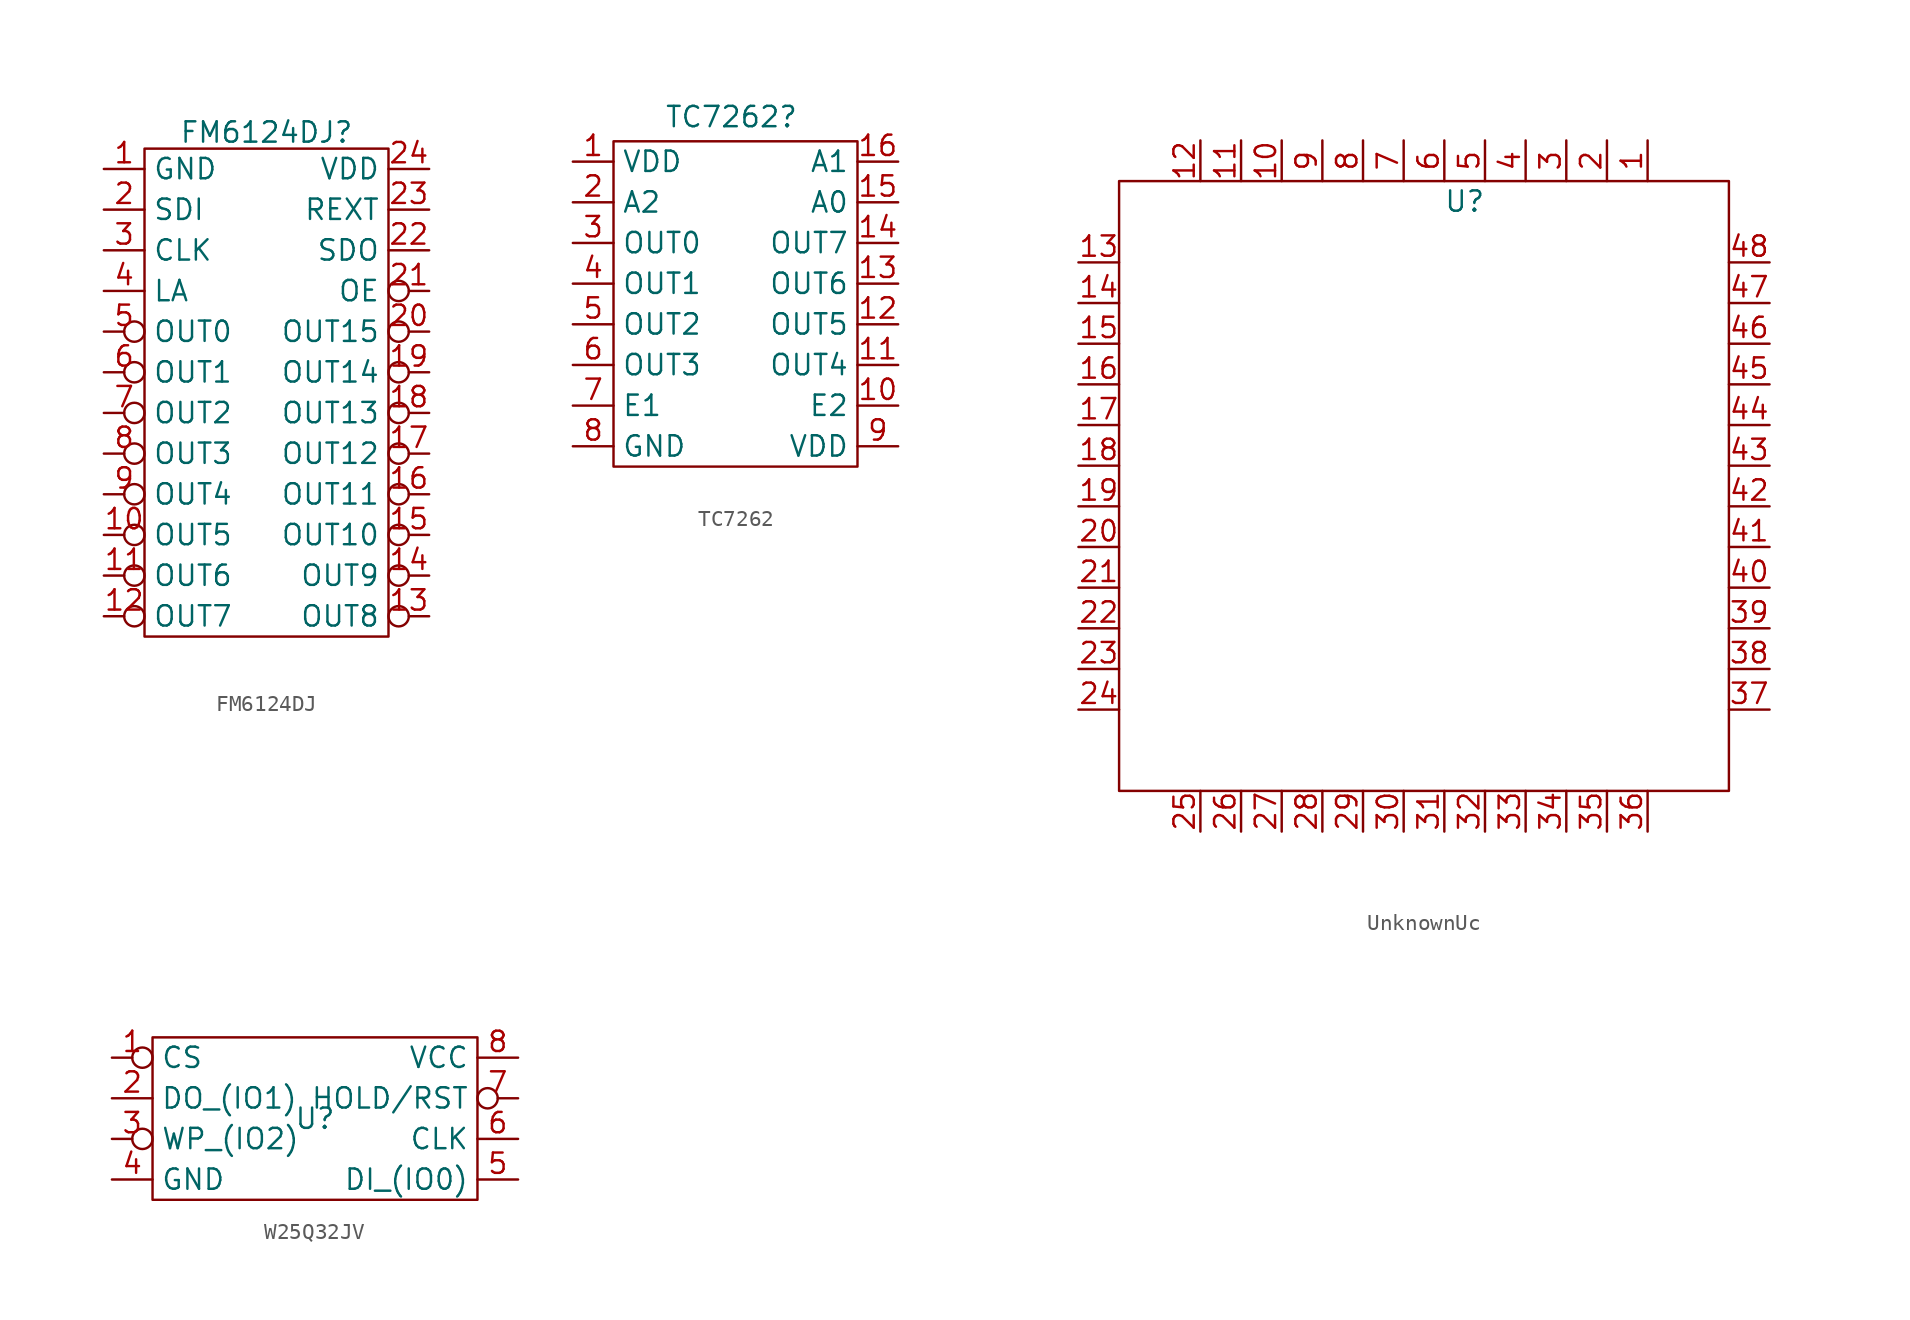
<source format=kicad_sym>
(kicad_symbol_lib
  (version 20241209)
  (generator "kicad_symbol_editor")
  (generator_version "9.0")
  (symbol "FM6124DJ"
    (property "Reference" "FM6124DJ"
      (at 0 16.256 0)
      (effects (font (size 1.27 1.27))))
    (property "Value" ""
      (at 0 0 0)
      (effects (font (size 1.27 1.27))))
    (symbol "FM6124DJ_0_1"
      (rectangle (start -7.62 15.24) (end 7.62 -15.24) (stroke (width 0) (type default)) (fill (type none))))
    (symbol "FM6124DJ_1_1"
      (pin input line (at -10.16 13.97 0) (length 2.54) (name "GND" (effects (font (size 1.27 1.27)))) (number "1" (effects (font (size 1.27 1.27)))))
      (pin input line (at -10.16 11.43 0) (length 2.54) (name "SDI" (effects (font (size 1.27 1.27)))) (number "2" (effects (font (size 1.27 1.27)))))
      (pin input line (at -10.16 8.89 0) (length 2.54) (name "CLK" (effects (font (size 1.27 1.27)))) (number "3" (effects (font (size 1.27 1.27)))))
      (pin input line (at -10.16 6.35 0) (length 2.54) (name "LA" (effects (font (size 1.27 1.27)))) (number "4" (effects (font (size 1.27 1.27)))))
      (pin input inverted (at -10.16 3.81 0) (length 2.54) (name "OUT0" (effects (font (size 1.27 1.27)))) (number "5" (effects (font (size 1.27 1.27)))))
      (pin input inverted (at -10.16 1.27 0) (length 2.54) (name "OUT1" (effects (font (size 1.27 1.27)))) (number "6" (effects (font (size 1.27 1.27)))))
      (pin input inverted (at -10.16 -1.27 0) (length 2.54) (name "OUT2" (effects (font (size 1.27 1.27)))) (number "7" (effects (font (size 1.27 1.27)))))
      (pin input inverted (at -10.16 -3.81 0) (length 2.54) (name "OUT3" (effects (font (size 1.27 1.27)))) (number "8" (effects (font (size 1.27 1.27)))))
      (pin input inverted (at -10.16 -6.35 0) (length 2.54) (name "OUT4" (effects (font (size 1.27 1.27)))) (number "9" (effects (font (size 1.27 1.27)))))
      (pin input inverted (at -10.16 -8.89 0) (length 2.54) (name "OUT5" (effects (font (size 1.27 1.27)))) (number "10" (effects (font (size 1.27 1.27)))))
      (pin input inverted (at -10.16 -11.43 0) (length 2.54) (name "OUT6" (effects (font (size 1.27 1.27)))) (number "11" (effects (font (size 1.27 1.27)))))
      (pin input inverted (at -10.16 -13.97 0) (length 2.54) (name "OUT7" (effects (font (size 1.27 1.27)))) (number "12" (effects (font (size 1.27 1.27)))))
      (pin input line (at 10.16 13.97 180) (length 2.54) (name "VDD" (effects (font (size 1.27 1.27)))) (number "24" (effects (font (size 1.27 1.27)))))
      (pin input line (at 10.16 11.43 180) (length 2.54) (name "REXT" (effects (font (size 1.27 1.27)))) (number "23" (effects (font (size 1.27 1.27)))))
      (pin input line (at 10.16 8.89 180) (length 2.54) (name "SDO" (effects (font (size 1.27 1.27)))) (number "22" (effects (font (size 1.27 1.27)))))
      (pin input inverted (at 10.16 6.35 180) (length 2.54) (name "OE" (effects (font (size 1.27 1.27)))) (number "21" (effects (font (size 1.27 1.27)))))
      (pin input inverted (at 10.16 3.81 180) (length 2.54) (name "OUT15" (effects (font (size 1.27 1.27)))) (number "20" (effects (font (size 1.27 1.27)))))
      (pin input inverted (at 10.16 1.27 180) (length 2.54) (name "OUT14" (effects (font (size 1.27 1.27)))) (number "19" (effects (font (size 1.27 1.27)))))
      (pin input inverted (at 10.16 -1.27 180) (length 2.54) (name "OUT13" (effects (font (size 1.27 1.27)))) (number "18" (effects (font (size 1.27 1.27)))))
      (pin input inverted (at 10.16 -3.81 180) (length 2.54) (name "OUT12" (effects (font (size 1.27 1.27)))) (number "17" (effects (font (size 1.27 1.27)))))
      (pin input inverted (at 10.16 -6.35 180) (length 2.54) (name "OUT11" (effects (font (size 1.27 1.27)))) (number "16" (effects (font (size 1.27 1.27)))))
      (pin input inverted (at 10.16 -8.89 180) (length 2.54) (name "OUT10" (effects (font (size 1.27 1.27)))) (number "15" (effects (font (size 1.27 1.27)))))
      (pin input inverted (at 10.16 -11.43 180) (length 2.54) (name "OUT9" (effects (font (size 1.27 1.27)))) (number "14" (effects (font (size 1.27 1.27)))))
      (pin input inverted (at 10.16 -13.97 180) (length 2.54) (name "OUT8" (effects (font (size 1.27 1.27)))) (number "13" (effects (font (size 1.27 1.27)))))))
  (symbol "TC7262"
    (property "Reference" "TC7262"
      (at -0.254 11.684 0)
      (effects (font (size 1.27 1.27))))
    (property "Value" ""
      (at 0 0 0)
      (effects (font (size 1.27 1.27))))
    (symbol "TC7262_0_1"
      (rectangle (start -7.62 10.16) (end 7.62 -10.16) (stroke (width 0) (type default)) (fill (type none))))
    (symbol "TC7262_1_1"
      (pin input line (at -10.16 8.89 0) (length 2.54) (name "VDD" (effects (font (size 1.27 1.27)))) (number "1" (effects (font (size 1.27 1.27)))))
      (pin input line (at -10.16 6.35 0) (length 2.54) (name "A2" (effects (font (size 1.27 1.27)))) (number "2" (effects (font (size 1.27 1.27)))))
      (pin input line (at -10.16 3.81 0) (length 2.54) (name "OUT0" (effects (font (size 1.27 1.27)))) (number "3" (effects (font (size 1.27 1.27)))))
      (pin input line (at -10.16 1.27 0) (length 2.54) (name "OUT1" (effects (font (size 1.27 1.27)))) (number "4" (effects (font (size 1.27 1.27)))))
      (pin input line (at -10.16 -1.27 0) (length 2.54) (name "OUT2" (effects (font (size 1.27 1.27)))) (number "5" (effects (font (size 1.27 1.27)))))
      (pin input line (at -10.16 -3.81 0) (length 2.54) (name "OUT3" (effects (font (size 1.27 1.27)))) (number "6" (effects (font (size 1.27 1.27)))))
      (pin input line (at -10.16 -6.35 0) (length 2.54) (name "E1" (effects (font (size 1.27 1.27)))) (number "7" (effects (font (size 1.27 1.27)))))
      (pin input line (at -10.16 -8.89 0) (length 2.54) (name "GND" (effects (font (size 1.27 1.27)))) (number "8" (effects (font (size 1.27 1.27)))))
      (pin input line (at 10.16 8.89 180) (length 2.54) (name "A1" (effects (font (size 1.27 1.27)))) (number "16" (effects (font (size 1.27 1.27)))))
      (pin input line (at 10.16 6.35 180) (length 2.54) (name "A0" (effects (font (size 1.27 1.27)))) (number "15" (effects (font (size 1.27 1.27)))))
      (pin input line (at 10.16 3.81 180) (length 2.54) (name "OUT7" (effects (font (size 1.27 1.27)))) (number "14" (effects (font (size 1.27 1.27)))))
      (pin input line (at 10.16 1.27 180) (length 2.54) (name "OUT6" (effects (font (size 1.27 1.27)))) (number "13" (effects (font (size 1.27 1.27)))))
      (pin input line (at 10.16 -1.27 180) (length 2.54) (name "OUT5" (effects (font (size 1.27 1.27)))) (number "12" (effects (font (size 1.27 1.27)))))
      (pin input line (at 10.16 -3.81 180) (length 2.54) (name "OUT4" (effects (font (size 1.27 1.27)))) (number "11" (effects (font (size 1.27 1.27)))))
      (pin input line (at 10.16 -6.35 180) (length 2.54) (name "E2" (effects (font (size 1.27 1.27)))) (number "10" (effects (font (size 1.27 1.27)))))
      (pin input line (at 10.16 -8.89 180) (length 2.54) (name "VDD" (effects (font (size 1.27 1.27)))) (number "9" (effects (font (size 1.27 1.27)))))))
  (symbol "UnknownUc"
    (property "Reference" "U"
      (at 2.54 17.78 0)
      (effects (font (size 1.27 1.27))))
    (property "Value" ""
      (at 0 0 0)
      (effects (font (size 1.27 1.27))))
    (symbol "UnknownUc_0_1"
      (rectangle (start -19.05 19.05) (end 19.05 -19.05) (stroke (width 0) (type default)) (fill (type none))))
    (symbol "UnknownUc_1_1"
      (pin input line (at -21.59 13.97 0) (length 2.54) (name "" (effects (font (size 1.27 1.27)))) (number "13" (effects (font (size 1.27 1.27)))))
      (pin input line (at -21.59 11.43 0) (length 2.54) (name "" (effects (font (size 1.27 1.27)))) (number "14" (effects (font (size 1.27 1.27)))))
      (pin input line (at -21.59 8.89 0) (length 2.54) (name "" (effects (font (size 1.27 1.27)))) (number "15" (effects (font (size 1.27 1.27)))))
      (pin input line (at -21.59 6.35 0) (length 2.54) (name "" (effects (font (size 1.27 1.27)))) (number "16" (effects (font (size 1.27 1.27)))))
      (pin input line (at -21.59 3.81 0) (length 2.54) (name "" (effects (font (size 1.27 1.27)))) (number "17" (effects (font (size 1.27 1.27)))))
      (pin input line (at -21.59 1.27 0) (length 2.54) (name "" (effects (font (size 1.27 1.27)))) (number "18" (effects (font (size 1.27 1.27)))))
      (pin input line (at -21.59 -1.27 0) (length 2.54) (name "" (effects (font (size 1.27 1.27)))) (number "19" (effects (font (size 1.27 1.27)))))
      (pin input line (at -21.59 -3.81 0) (length 2.54) (name "" (effects (font (size 1.27 1.27)))) (number "20" (effects (font (size 1.27 1.27)))))
      (pin input line (at -21.59 -6.35 0) (length 2.54) (name "" (effects (font (size 1.27 1.27)))) (number "21" (effects (font (size 1.27 1.27)))))
      (pin input line (at -21.59 -8.89 0) (length 2.54) (name "" (effects (font (size 1.27 1.27)))) (number "22" (effects (font (size 1.27 1.27)))))
      (pin input line (at -21.59 -11.43 0) (length 2.54) (name "" (effects (font (size 1.27 1.27)))) (number "23" (effects (font (size 1.27 1.27)))))
      (pin input line (at -21.59 -13.97 0) (length 2.54) (name "" (effects (font (size 1.27 1.27)))) (number "24" (effects (font (size 1.27 1.27)))))
      (pin input line (at -13.97 21.59 270) (length 2.54) (name "" (effects (font (size 1.27 1.27)))) (number "12" (effects (font (size 1.27 1.27)))))
      (pin input line (at -13.97 -21.59 90) (length 2.54) (name "" (effects (font (size 1.27 1.27)))) (number "25" (effects (font (size 1.27 1.27)))))
      (pin input line (at -11.43 21.59 270) (length 2.54) (name "" (effects (font (size 1.27 1.27)))) (number "11" (effects (font (size 1.27 1.27)))))
      (pin input line (at -11.43 -21.59 90) (length 2.54) (name "" (effects (font (size 1.27 1.27)))) (number "26" (effects (font (size 1.27 1.27)))))
      (pin input line (at -8.89 21.59 270) (length 2.54) (name "" (effects (font (size 1.27 1.27)))) (number "10" (effects (font (size 1.27 1.27)))))
      (pin input line (at -8.89 -21.59 90) (length 2.54) (name "" (effects (font (size 1.27 1.27)))) (number "27" (effects (font (size 1.27 1.27)))))
      (pin input line (at -6.35 21.59 270) (length 2.54) (name "" (effects (font (size 1.27 1.27)))) (number "9" (effects (font (size 1.27 1.27)))))
      (pin input line (at -6.35 -21.59 90) (length 2.54) (name "" (effects (font (size 1.27 1.27)))) (number "28" (effects (font (size 1.27 1.27)))))
      (pin input line (at -3.81 21.59 270) (length 2.54) (name "" (effects (font (size 1.27 1.27)))) (number "8" (effects (font (size 1.27 1.27)))))
      (pin input line (at -3.81 -21.59 90) (length 2.54) (name "" (effects (font (size 1.27 1.27)))) (number "29" (effects (font (size 1.27 1.27)))))
      (pin input line (at -1.27 21.59 270) (length 2.54) (name "" (effects (font (size 1.27 1.27)))) (number "7" (effects (font (size 1.27 1.27)))))
      (pin input line (at -1.27 -21.59 90) (length 2.54) (name "" (effects (font (size 1.27 1.27)))) (number "30" (effects (font (size 1.27 1.27)))))
      (pin input line (at 1.27 21.59 270) (length 2.54) (name "" (effects (font (size 1.27 1.27)))) (number "6" (effects (font (size 1.27 1.27)))))
      (pin input line (at 1.27 -21.59 90) (length 2.54) (name "" (effects (font (size 1.27 1.27)))) (number "31" (effects (font (size 1.27 1.27)))))
      (pin input line (at 3.81 21.59 270) (length 2.54) (name "" (effects (font (size 1.27 1.27)))) (number "5" (effects (font (size 1.27 1.27)))))
      (pin input line (at 3.81 -21.59 90) (length 2.54) (name "" (effects (font (size 1.27 1.27)))) (number "32" (effects (font (size 1.27 1.27)))))
      (pin input line (at 6.35 21.59 270) (length 2.54) (name "" (effects (font (size 1.27 1.27)))) (number "4" (effects (font (size 1.27 1.27)))))
      (pin input line (at 6.35 -21.59 90) (length 2.54) (name "" (effects (font (size 1.27 1.27)))) (number "33" (effects (font (size 1.27 1.27)))))
      (pin input line (at 8.89 21.59 270) (length 2.54) (name "" (effects (font (size 1.27 1.27)))) (number "3" (effects (font (size 1.27 1.27)))))
      (pin input line (at 8.89 -21.59 90) (length 2.54) (name "" (effects (font (size 1.27 1.27)))) (number "34" (effects (font (size 1.27 1.27)))))
      (pin input line (at 11.43 21.59 270) (length 2.54) (name "" (effects (font (size 1.27 1.27)))) (number "2" (effects (font (size 1.27 1.27)))))
      (pin input line (at 11.43 -21.59 90) (length 2.54) (name "" (effects (font (size 1.27 1.27)))) (number "35" (effects (font (size 1.27 1.27)))))
      (pin input line (at 13.97 21.59 270) (length 2.54) (name "" (effects (font (size 1.27 1.27)))) (number "1" (effects (font (size 1.27 1.27)))))
      (pin input line (at 13.97 -21.59 90) (length 2.54) (name "" (effects (font (size 1.27 1.27)))) (number "36" (effects (font (size 1.27 1.27)))))
      (pin input line (at 21.59 13.97 180) (length 2.54) (name "" (effects (font (size 1.27 1.27)))) (number "48" (effects (font (size 1.27 1.27)))))
      (pin input line (at 21.59 11.43 180) (length 2.54) (name "" (effects (font (size 1.27 1.27)))) (number "47" (effects (font (size 1.27 1.27)))))
      (pin input line (at 21.59 8.89 180) (length 2.54) (name "" (effects (font (size 1.27 1.27)))) (number "46" (effects (font (size 1.27 1.27)))))
      (pin input line (at 21.59 6.35 180) (length 2.54) (name "" (effects (font (size 1.27 1.27)))) (number "45" (effects (font (size 1.27 1.27)))))
      (pin input line (at 21.59 3.81 180) (length 2.54) (name "" (effects (font (size 1.27 1.27)))) (number "44" (effects (font (size 1.27 1.27)))))
      (pin input line (at 21.59 1.27 180) (length 2.54) (name "" (effects (font (size 1.27 1.27)))) (number "43" (effects (font (size 1.27 1.27)))))
      (pin input line (at 21.59 -1.27 180) (length 2.54) (name "" (effects (font (size 1.27 1.27)))) (number "42" (effects (font (size 1.27 1.27)))))
      (pin input line (at 21.59 -3.81 180) (length 2.54) (name "" (effects (font (size 1.27 1.27)))) (number "41" (effects (font (size 1.27 1.27)))))
      (pin input line (at 21.59 -6.35 180) (length 2.54) (name "" (effects (font (size 1.27 1.27)))) (number "40" (effects (font (size 1.27 1.27)))))
      (pin input line (at 21.59 -8.89 180) (length 2.54) (name "" (effects (font (size 1.27 1.27)))) (number "39" (effects (font (size 1.27 1.27)))))
      (pin input line (at 21.59 -11.43 180) (length 2.54) (name "" (effects (font (size 1.27 1.27)))) (number "38" (effects (font (size 1.27 1.27)))))
      (pin input line (at 21.59 -13.97 180) (length 2.54) (name "" (effects (font (size 1.27 1.27)))) (number "37" (effects (font (size 1.27 1.27)))))))
  (symbol "W25Q32JV"
    (property "Reference" "U"
      (at 0 0 0)
      (effects (font (size 1.27 1.27))))
    (property "Value" ""
      (at 0 0 0)
      (effects (font (size 1.27 1.27))))
    (symbol "W25Q32JV_0_1"
      (rectangle (start -10.16 5.08) (end 10.16 -5.08) (stroke (width 0) (type default)) (fill (type none))))
    (symbol "W25Q32JV_1_1"
      (pin input inverted (at -12.7 3.81 0) (length 2.54) (name "CS" (effects (font (size 1.27 1.27)))) (number "1" (effects (font (size 1.27 1.27)))))
      (pin input line (at -12.7 1.27 0) (length 2.54) (name "DO_(IO1)" (effects (font (size 1.27 1.27)))) (number "2" (effects (font (size 1.27 1.27)))))
      (pin input inverted (at -12.7 -1.27 0) (length 2.54) (name "WP_(IO2)" (effects (font (size 1.27 1.27)))) (number "3" (effects (font (size 1.27 1.27)))))
      (pin input line (at -12.7 -3.81 0) (length 2.54) (name "GND" (effects (font (size 1.27 1.27)))) (number "4" (effects (font (size 1.27 1.27)))))
      (pin input line (at 12.7 3.81 180) (length 2.54) (name "VCC" (effects (font (size 1.27 1.27)))) (number "8" (effects (font (size 1.27 1.27)))))
      (pin input inverted (at 12.7 1.27 180) (length 2.54) (name "HOLD/RST" (effects (font (size 1.27 1.27)))) (number "7" (effects (font (size 1.27 1.27)))))
      (pin input line (at 12.7 -1.27 180) (length 2.54) (name "CLK" (effects (font (size 1.27 1.27)))) (number "6" (effects (font (size 1.27 1.27)))))
      (pin input line (at 12.7 -3.81 180) (length 2.54) (name "DI_(IO0)" (effects (font (size 1.27 1.27)))) (number "5" (effects (font (size 1.27 1.27))))))))
</source>
